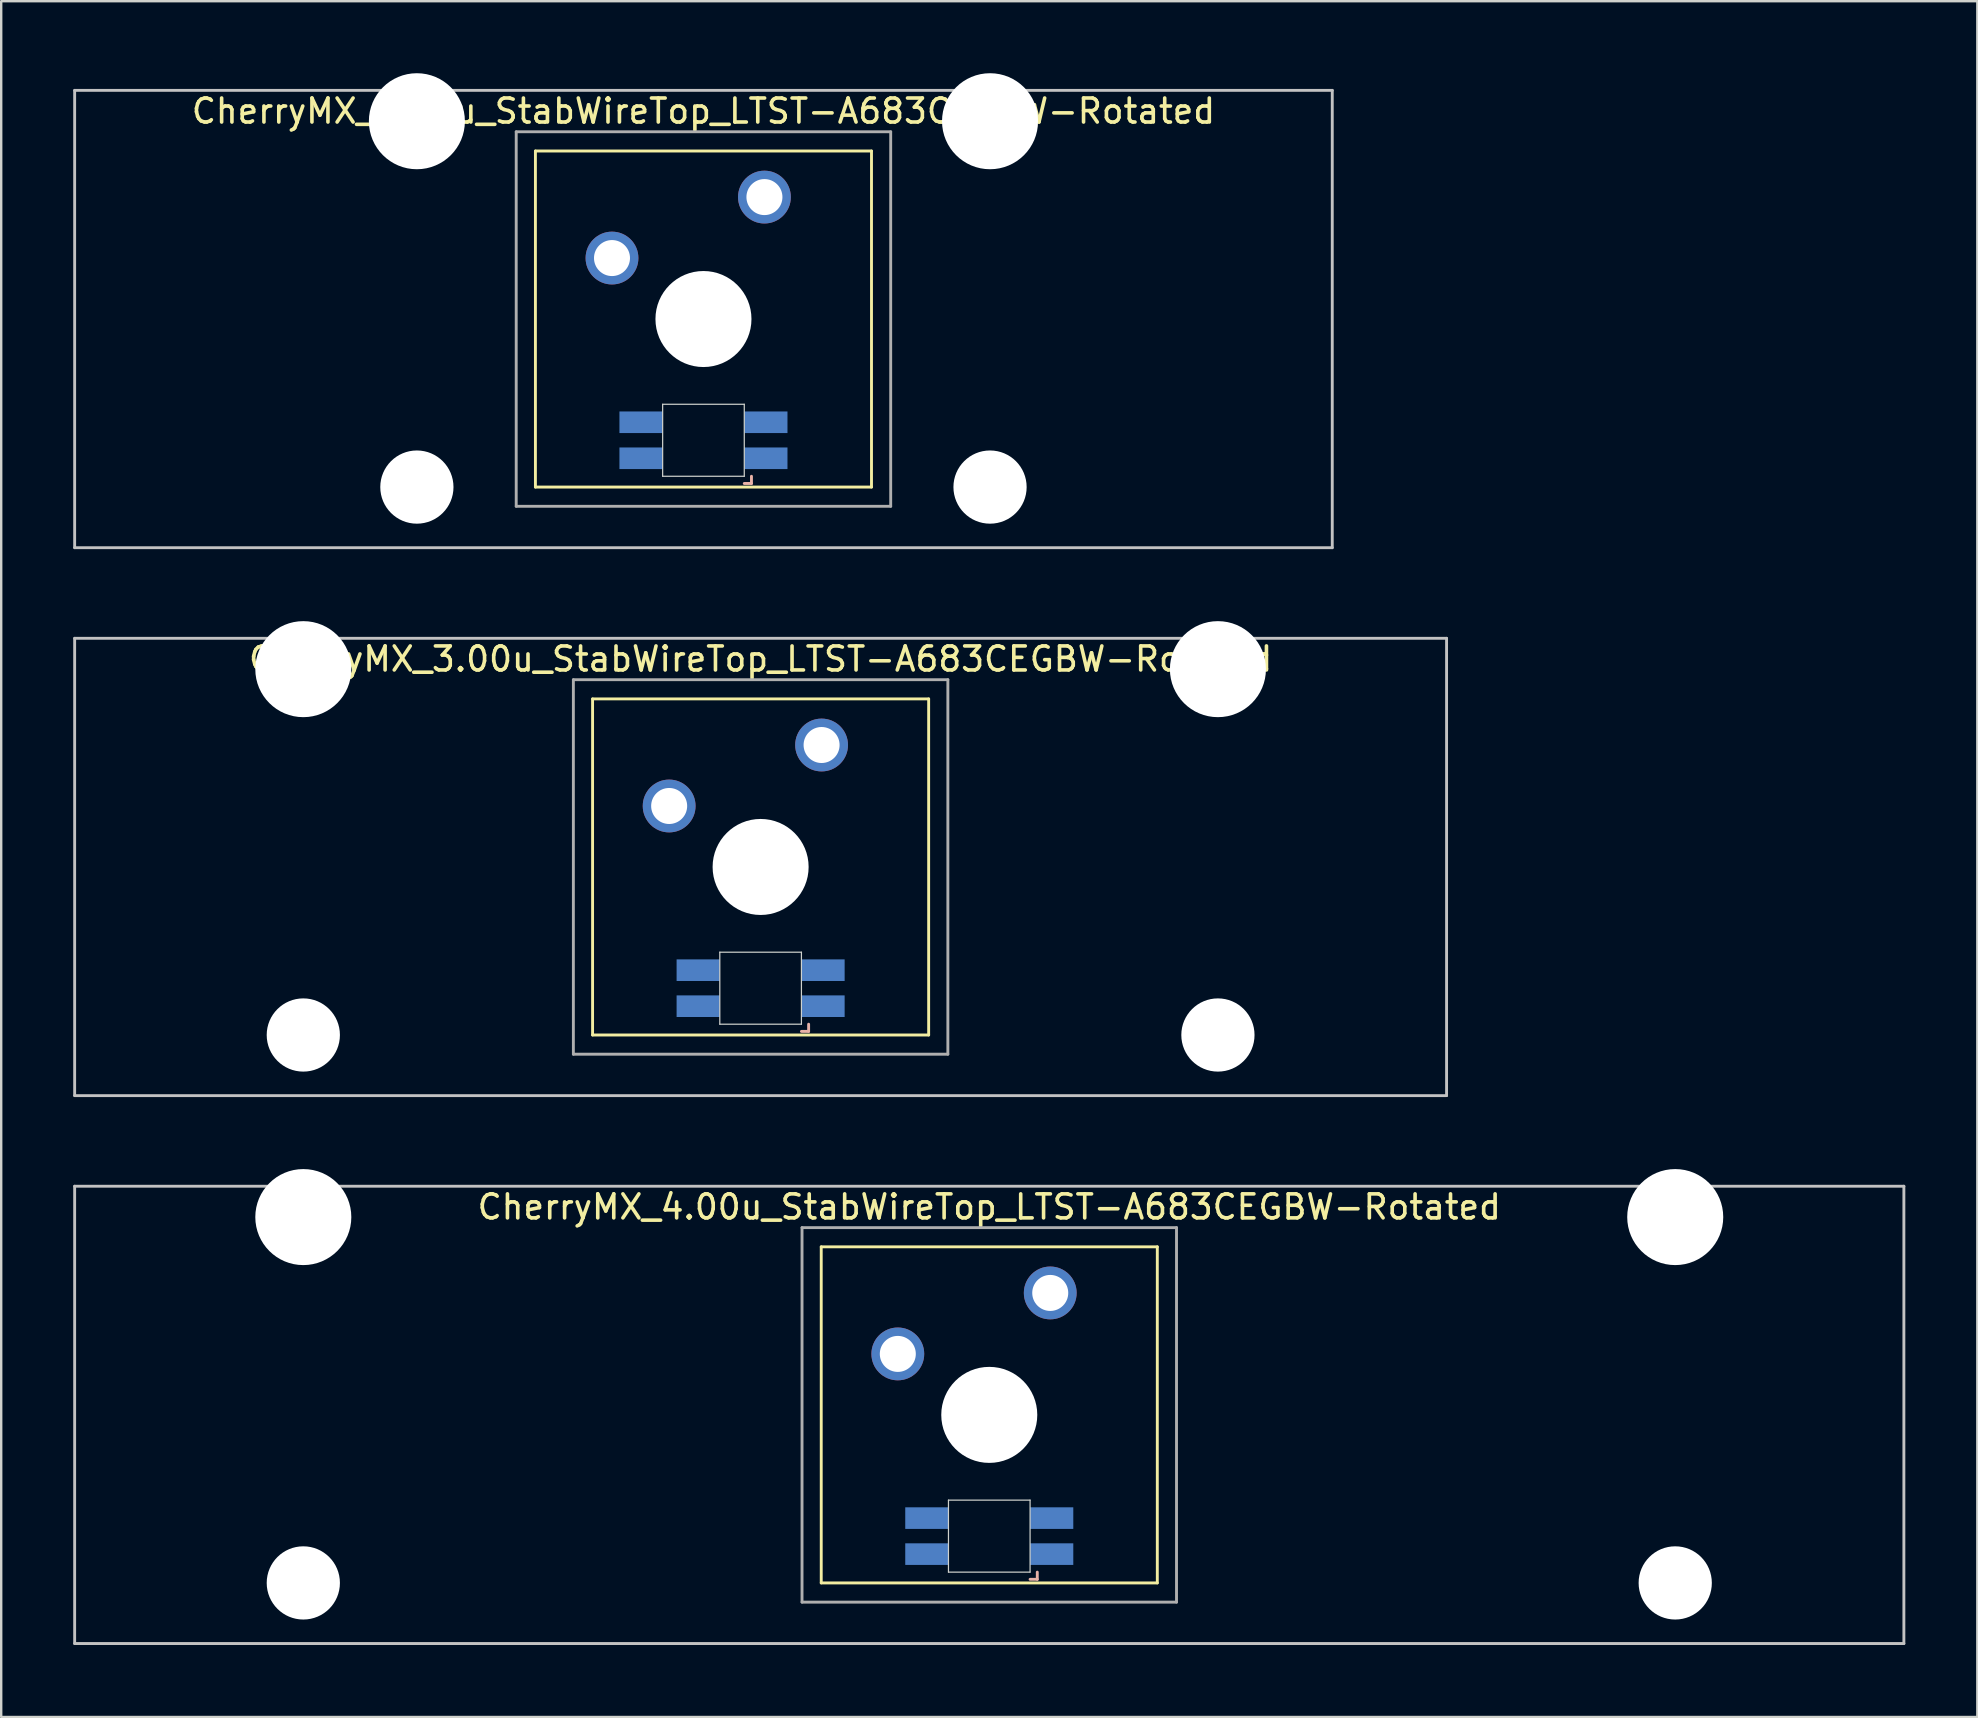
<source format=kicad_pcb>
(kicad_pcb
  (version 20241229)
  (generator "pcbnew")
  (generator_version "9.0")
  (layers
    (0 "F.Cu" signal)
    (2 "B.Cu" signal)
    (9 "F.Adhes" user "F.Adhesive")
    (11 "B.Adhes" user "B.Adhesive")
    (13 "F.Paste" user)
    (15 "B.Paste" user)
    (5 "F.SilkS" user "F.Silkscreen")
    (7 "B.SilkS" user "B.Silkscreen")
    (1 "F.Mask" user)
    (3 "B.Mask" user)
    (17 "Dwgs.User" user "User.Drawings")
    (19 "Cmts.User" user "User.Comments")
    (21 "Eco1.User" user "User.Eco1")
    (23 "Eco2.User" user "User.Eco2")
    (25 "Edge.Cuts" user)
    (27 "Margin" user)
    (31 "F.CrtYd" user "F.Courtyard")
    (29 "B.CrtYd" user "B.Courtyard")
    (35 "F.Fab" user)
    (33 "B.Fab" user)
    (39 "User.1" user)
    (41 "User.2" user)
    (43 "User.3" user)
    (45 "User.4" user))
  (footprint "CherryMX_3.00u_StabWireTop_LTST-A683CEGBW-Rotated"
    (layer "F.Cu")
    (at 28.635 33.065)
    (property "Reference" "CherryMX_3.00u_StabWireTop_LTST-A683CEGBW-Rotated" (at 0 -8.662 0) (layer "F.SilkS") (effects (font (size 1 1) (thickness 0.15))))
    (attr through_hole)
    (fp_line (start -7 -7) (end -7 7) (stroke (width 0.12) (type solid)) (layer "F.SilkS"))
    (fp_line (start -7 -7) (end 7 -7) (stroke (width 0.12) (type solid)) (layer "F.SilkS"))
    (fp_line (start 7 -7) (end 7 7) (stroke (width 0.12) (type solid)) (layer "F.SilkS"))
    (fp_line (start 7 7) (end -7 7) (stroke (width 0.12) (type solid)) (layer "F.SilkS"))
    (fp_line (start 1.7 6.85) (end 2 6.85) (stroke (width 0.12) (type solid)) (layer "B.SilkS"))
    (fp_line (start 2 6.85) (end 2 6.55) (stroke (width 0.12) (type solid)) (layer "B.SilkS"))
    (fp_line (start -28.575 -9.525) (end 28.575 -9.525) (stroke (width 0.12) (type solid)) (layer "Dwgs.User"))
    (fp_line (start -28.575 9.525) (end -28.575 -9.525) (stroke (width 0.12) (type solid)) (layer "Dwgs.User"))
    (fp_line (start 28.575 -9.525) (end 28.575 9.525) (stroke (width 0.12) (type solid)) (layer "Dwgs.User"))
    (fp_line (start 28.575 9.525) (end -28.575 9.525) (stroke (width 0.12) (type solid)) (layer "Dwgs.User"))
    (fp_line (start -1.7 3.55) (end 1.7 3.55) (stroke (width 0.05) (type solid)) (layer "Edge.Cuts"))
    (fp_line (start -1.7 6.55) (end -1.7 3.55) (stroke (width 0.05) (type solid)) (layer "Edge.Cuts"))
    (fp_line (start 1.7 3.55) (end 1.7 6.55) (stroke (width 0.05) (type solid)) (layer "Edge.Cuts"))
    (fp_line (start 1.7 6.55) (end -1.7 6.55) (stroke (width 0.05) (type solid)) (layer "Edge.Cuts"))
    (fp_line (start -7.8 -7.8) (end -7.8 7.8) (stroke (width 0.12) (type solid)) (layer "F.Fab"))
    (fp_line (start -7.8 -7.8) (end 7.8 -7.8) (stroke (width 0.12) (type solid)) (layer "F.Fab"))
    (fp_line (start -7.8 7.8) (end 7.8 7.8) (stroke (width 0.12) (type solid)) (layer "F.Fab"))
    (fp_line (start 7.8 -7.8) (end 7.8 7.8) (stroke (width 0.12) (type solid)) (layer "F.Fab"))
    (pad "" np_thru_hole circle (at -19.05 -8.24) (size 4 4) (drill 4) (layers "*.Cu" "*.Mask"))
    (pad "" np_thru_hole circle (at -19.05 7) (size 3.05 3.05) (drill 3.05) (layers "*.Cu" "*.Mask"))
    (pad "" np_thru_hole circle (at 0 0) (size 4 4) (drill 4) (layers "*.Cu" "*.Mask"))
    (pad "" np_thru_hole circle (at 19.05 -8.24) (size 4 4) (drill 4) (layers "*.Cu" "*.Mask"))
    (pad "" np_thru_hole circle (at 19.05 7) (size 3.05 3.05) (drill 3.05) (layers "*.Cu" "*.Mask"))
    (pad "1" thru_hole circle (at -3.81 -2.54) (size 2.2 2.2) (drill 1.5) (layers "*.Cu" "*.Mask"))
    (pad "2" thru_hole circle (at 2.54 -5.08) (size 2.2 2.2) (drill 1.5) (layers "*.Cu" "*.Mask"))
    (pad "3" smd rect (at 2.6 5.8) (size 1.8 0.9) (layers "B.Cu" "B.Mask" "B.Paste"))
    (pad "4" smd rect (at 2.6 4.3) (size 1.8 0.9) (layers "B.Cu" "B.Mask" "B.Paste"))
    (pad "5" smd rect (at -2.6 5.8) (size 1.8 0.9) (layers "B.Cu" "B.Mask" "B.Paste"))
    (pad "6" smd rect (at -2.6 4.3) (size 1.8 0.9) (layers "B.Cu" "B.Mask" "B.Paste")))
  (footprint "CherryMX_2.75u_StabWireTop_LTST-A683CEGBW-Rotated"
    (layer "F.Cu")
    (at 26.254 10.24)
    (property "Reference" "CherryMX_2.75u_StabWireTop_LTST-A683CEGBW-Rotated" (at 0 -8.662 0) (layer "F.SilkS") (effects (font (size 1 1) (thickness 0.15))))
    (attr through_hole)
    (fp_line (start -7 -7) (end -7 7) (stroke (width 0.12) (type solid)) (layer "F.SilkS"))
    (fp_line (start -7 -7) (end 7 -7) (stroke (width 0.12) (type solid)) (layer "F.SilkS"))
    (fp_line (start 7 -7) (end 7 7) (stroke (width 0.12) (type solid)) (layer "F.SilkS"))
    (fp_line (start 7 7) (end -7 7) (stroke (width 0.12) (type solid)) (layer "F.SilkS"))
    (fp_line (start 1.7 6.85) (end 2 6.85) (stroke (width 0.12) (type solid)) (layer "B.SilkS"))
    (fp_line (start 2 6.85) (end 2 6.55) (stroke (width 0.12) (type solid)) (layer "B.SilkS"))
    (fp_line (start -26.194 -9.525) (end 26.194 -9.525) (stroke (width 0.12) (type solid)) (layer "Dwgs.User"))
    (fp_line (start -26.194 9.525) (end -26.194 -9.525) (stroke (width 0.12) (type solid)) (layer "Dwgs.User"))
    (fp_line (start 26.194 -9.525) (end 26.194 9.525) (stroke (width 0.12) (type solid)) (layer "Dwgs.User"))
    (fp_line (start 26.194 9.525) (end -26.194 9.525) (stroke (width 0.12) (type solid)) (layer "Dwgs.User"))
    (fp_line (start -1.7 3.55) (end 1.7 3.55) (stroke (width 0.05) (type solid)) (layer "Edge.Cuts"))
    (fp_line (start -1.7 6.55) (end -1.7 3.55) (stroke (width 0.05) (type solid)) (layer "Edge.Cuts"))
    (fp_line (start 1.7 3.55) (end 1.7 6.55) (stroke (width 0.05) (type solid)) (layer "Edge.Cuts"))
    (fp_line (start 1.7 6.55) (end -1.7 6.55) (stroke (width 0.05) (type solid)) (layer "Edge.Cuts"))
    (fp_line (start -7.8 -7.8) (end -7.8 7.8) (stroke (width 0.12) (type solid)) (layer "F.Fab"))
    (fp_line (start -7.8 -7.8) (end 7.8 -7.8) (stroke (width 0.12) (type solid)) (layer "F.Fab"))
    (fp_line (start -7.8 7.8) (end 7.8 7.8) (stroke (width 0.12) (type solid)) (layer "F.Fab"))
    (fp_line (start 7.8 -7.8) (end 7.8 7.8) (stroke (width 0.12) (type solid)) (layer "F.Fab"))
    (pad "" np_thru_hole circle (at -11.938 -8.24) (size 4 4) (drill 4) (layers "*.Cu" "*.Mask"))
    (pad "" np_thru_hole circle (at -11.938 7) (size 3.05 3.05) (drill 3.05) (layers "*.Cu" "*.Mask"))
    (pad "" np_thru_hole circle (at 0 0) (size 4 4) (drill 4) (layers "*.Cu" "*.Mask"))
    (pad "" np_thru_hole circle (at 11.938 -8.24) (size 4 4) (drill 4) (layers "*.Cu" "*.Mask"))
    (pad "" np_thru_hole circle (at 11.938 7) (size 3.05 3.05) (drill 3.05) (layers "*.Cu" "*.Mask"))
    (pad "1" thru_hole circle (at -3.81 -2.54) (size 2.2 2.2) (drill 1.5) (layers "*.Cu" "*.Mask"))
    (pad "2" thru_hole circle (at 2.54 -5.08) (size 2.2 2.2) (drill 1.5) (layers "*.Cu" "*.Mask"))
    (pad "3" smd rect (at 2.6 5.8) (size 1.8 0.9) (layers "B.Cu" "B.Mask" "B.Paste"))
    (pad "4" smd rect (at 2.6 4.3) (size 1.8 0.9) (layers "B.Cu" "B.Mask" "B.Paste"))
    (pad "5" smd rect (at -2.6 5.8) (size 1.8 0.9) (layers "B.Cu" "B.Mask" "B.Paste"))
    (pad "6" smd rect (at -2.6 4.3) (size 1.8 0.9) (layers "B.Cu" "B.Mask" "B.Paste")))
  (footprint "CherryMX_4.00u_StabWireTop_LTST-A683CEGBW-Rotated"
    (layer "F.Cu")
    (at 38.16 55.89)
    (property "Reference" "CherryMX_4.00u_StabWireTop_LTST-A683CEGBW-Rotated" (at 0 -8.662 0) (layer "F.SilkS") (effects (font (size 1 1) (thickness 0.15))))
    (attr through_hole)
    (fp_line (start -7 -7) (end -7 7) (stroke (width 0.12) (type solid)) (layer "F.SilkS"))
    (fp_line (start -7 -7) (end 7 -7) (stroke (width 0.12) (type solid)) (layer "F.SilkS"))
    (fp_line (start 7 -7) (end 7 7) (stroke (width 0.12) (type solid)) (layer "F.SilkS"))
    (fp_line (start 7 7) (end -7 7) (stroke (width 0.12) (type solid)) (layer "F.SilkS"))
    (fp_line (start 1.7 6.85) (end 2 6.85) (stroke (width 0.12) (type solid)) (layer "B.SilkS"))
    (fp_line (start 2 6.85) (end 2 6.55) (stroke (width 0.12) (type solid)) (layer "B.SilkS"))
    (fp_line (start -38.1 -9.525) (end 38.1 -9.525) (stroke (width 0.12) (type solid)) (layer "Dwgs.User"))
    (fp_line (start -38.1 9.525) (end -38.1 -9.525) (stroke (width 0.12) (type solid)) (layer "Dwgs.User"))
    (fp_line (start 38.1 -9.525) (end 38.1 9.525) (stroke (width 0.12) (type solid)) (layer "Dwgs.User"))
    (fp_line (start 38.1 9.525) (end -38.1 9.525) (stroke (width 0.12) (type solid)) (layer "Dwgs.User"))
    (fp_line (start -1.7 3.55) (end 1.7 3.55) (stroke (width 0.05) (type solid)) (layer "Edge.Cuts"))
    (fp_line (start -1.7 6.55) (end -1.7 3.55) (stroke (width 0.05) (type solid)) (layer "Edge.Cuts"))
    (fp_line (start 1.7 3.55) (end 1.7 6.55) (stroke (width 0.05) (type solid)) (layer "Edge.Cuts"))
    (fp_line (start 1.7 6.55) (end -1.7 6.55) (stroke (width 0.05) (type solid)) (layer "Edge.Cuts"))
    (fp_line (start -7.8 -7.8) (end -7.8 7.8) (stroke (width 0.12) (type solid)) (layer "F.Fab"))
    (fp_line (start -7.8 -7.8) (end 7.8 -7.8) (stroke (width 0.12) (type solid)) (layer "F.Fab"))
    (fp_line (start -7.8 7.8) (end 7.8 7.8) (stroke (width 0.12) (type solid)) (layer "F.Fab"))
    (fp_line (start 7.8 -7.8) (end 7.8 7.8) (stroke (width 0.12) (type solid)) (layer "F.Fab"))
    (pad "" np_thru_hole circle (at -28.575 -8.24) (size 4 4) (drill 4) (layers "*.Cu" "*.Mask"))
    (pad "" np_thru_hole circle (at -28.575 7) (size 3.05 3.05) (drill 3.05) (layers "*.Cu" "*.Mask"))
    (pad "" np_thru_hole circle (at 0 0) (size 4 4) (drill 4) (layers "*.Cu" "*.Mask"))
    (pad "" np_thru_hole circle (at 28.575 -8.24) (size 4 4) (drill 4) (layers "*.Cu" "*.Mask"))
    (pad "" np_thru_hole circle (at 28.575 7) (size 3.05 3.05) (drill 3.05) (layers "*.Cu" "*.Mask"))
    (pad "1" thru_hole circle (at -3.81 -2.54) (size 2.2 2.2) (drill 1.5) (layers "*.Cu" "*.Mask"))
    (pad "2" thru_hole circle (at 2.54 -5.08) (size 2.2 2.2) (drill 1.5) (layers "*.Cu" "*.Mask"))
    (pad "3" smd rect (at 2.6 5.8) (size 1.8 0.9) (layers "B.Cu" "B.Mask" "B.Paste"))
    (pad "4" smd rect (at 2.6 4.3) (size 1.8 0.9) (layers "B.Cu" "B.Mask" "B.Paste"))
    (pad "5" smd rect (at -2.6 5.8) (size 1.8 0.9) (layers "B.Cu" "B.Mask" "B.Paste"))
    (pad "6" smd rect (at -2.6 4.3) (size 1.8 0.9) (layers "B.Cu" "B.Mask" "B.Paste")))
  (gr_rect
    (start -3 -3)
    (end 79.32 68.475)
    (stroke (width 0.1) (type default))
    (fill no)
    (layer "Edge.Cuts")))
</source>
